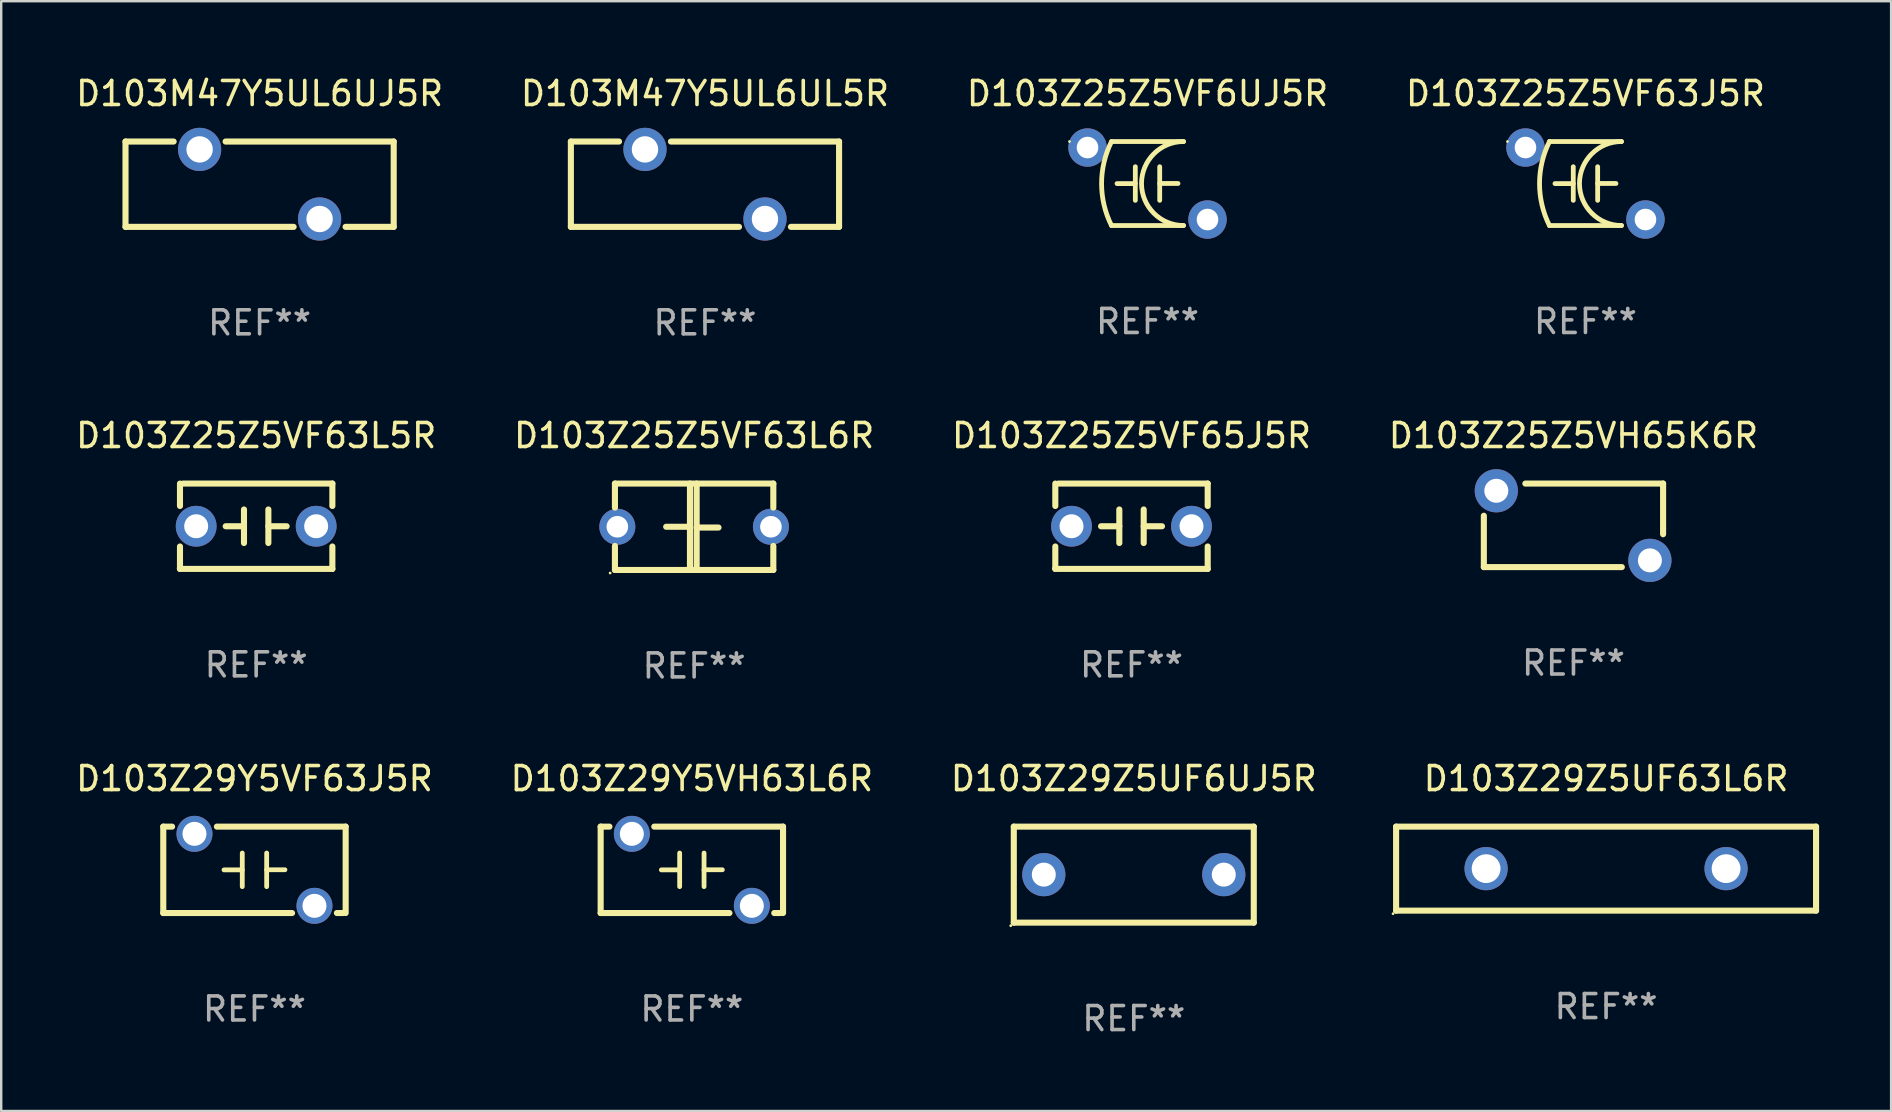
<source format=kicad_pcb>
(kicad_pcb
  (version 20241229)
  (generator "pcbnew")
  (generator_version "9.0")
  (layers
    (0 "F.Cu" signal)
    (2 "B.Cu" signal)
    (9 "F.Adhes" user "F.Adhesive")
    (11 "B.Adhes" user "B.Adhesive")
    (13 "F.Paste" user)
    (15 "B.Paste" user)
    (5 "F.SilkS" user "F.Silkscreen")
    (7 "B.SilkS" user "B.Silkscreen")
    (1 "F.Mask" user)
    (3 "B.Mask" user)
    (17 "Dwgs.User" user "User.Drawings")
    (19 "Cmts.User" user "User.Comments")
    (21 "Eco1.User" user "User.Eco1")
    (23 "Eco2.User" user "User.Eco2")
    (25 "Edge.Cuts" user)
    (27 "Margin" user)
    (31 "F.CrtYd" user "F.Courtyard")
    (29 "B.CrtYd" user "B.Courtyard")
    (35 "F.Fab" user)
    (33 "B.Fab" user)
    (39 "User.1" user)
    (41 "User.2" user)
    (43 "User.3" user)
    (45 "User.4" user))
  (footprint "D103Z25Z5VF6UJ5R"
    (layer "F.Cu")
    (at 44.768 4.598)
    (property "Reference" "D103Z25Z5VF6UJ5R" (at 0 -3.75 0) (layer "F.SilkS") (effects (font (size 1 1) (thickness 0.15))))
    (attr through_hole)
    (fp_line (start -1.5 -1.75) (end 1.5 -1.75) (stroke (width 0.2) (type solid)) (layer "F.SilkS"))
    (fp_line (start -0.508 -0.7) (end -0.508 0.7) (stroke (width 0.2) (type solid)) (layer "F.SilkS"))
    (fp_line (start -0.508 0.002) (end -1.27 0.002) (stroke (width 0.2) (type solid)) (layer "F.SilkS"))
    (fp_line (start 0.508 -0.002) (end 1.27 -0.002) (stroke (width 0.2) (type solid)) (layer "F.SilkS"))
    (fp_line (start 0.508 0.7) (end 0.508 -0.7) (stroke (width 0.2) (type solid)) (layer "F.SilkS"))
    (fp_line (start 1.5 1.75) (end -1.5 1.75) (stroke (width 0.2) (type solid)) (layer "F.SilkS"))
    (fp_arc (start -1.50127 1.750064) (mid -1.914008 -0.000109) (end -1.500127 -1.750013) (stroke (width 0.2) (type solid)) (layer "F.SilkS"))
    (fp_arc (start 1.499873 1.750013) (mid -0.249022 -0.000597) (end 1.501016 -1.750063) (stroke (width 0.2) (type solid)) (layer "F.SilkS"))
    (fp_circle (center -3.251 -1.75) (end -3.221 -1.75) (stroke (width 0.06) (type solid)) (fill no) (layer "F.SilkS"))
    (fp_text user "REF**" (at 0 5.75 0) (layer "F.Fab") (effects (font (size 1 1) (thickness 0.15))))
    (pad "1" thru_hole circle (at -2.5 -1.5) (size 1.6 1.6) (drill 0.9) (layers "*.Cu" "*.Mask"))
    (pad "2" thru_hole circle (at 2.5 1.5) (size 1.6 1.6) (drill 0.9) (layers "*.Cu" "*.Mask")))
  (footprint "D103M47Y5UL6UJ5R"
    (layer "F.Cu")
    (at 7.768 4.626)
    (property "Reference" "D103M47Y5UL6UJ5R" (at 0 -3.778 0) (layer "F.SilkS") (effects (font (size 1 1) (thickness 0.15))))
    (attr through_hole)
    (fp_line (start -5.588 -1.778) (end -3.582 -1.778) (stroke (width 0.254) (type solid)) (layer "F.SilkS"))
    (fp_line (start -5.588 1.778) (end -5.588 -1.778) (stroke (width 0.254) (type solid)) (layer "F.SilkS"))
    (fp_line (start -1.418 -1.778) (end 5.588 -1.778) (stroke (width 0.254) (type solid)) (layer "F.SilkS"))
    (fp_line (start 1.418 1.778) (end -5.588 1.778) (stroke (width 0.254) (type solid)) (layer "F.SilkS"))
    (fp_line (start 5.588 -1.778) (end 5.588 1.778) (stroke (width 0.254) (type solid)) (layer "F.SilkS"))
    (fp_line (start 5.588 1.778) (end 3.582 1.778) (stroke (width 0.254) (type solid)) (layer "F.SilkS"))
    (fp_circle (center -5.5 -1.75) (end -5.47 -1.75) (stroke (width 0.06) (type solid)) (fill no) (layer "F.SilkS"))
    (fp_text user "REF**" (at 0 5.778 0) (layer "F.Fab") (effects (font (size 1 1) (thickness 0.15))))
    (pad "1" thru_hole circle (at -2.5 -1.45) (size 1.8 1.8) (drill 1.1) (layers "*.Cu" "*.Mask"))
    (pad "2" thru_hole circle (at 2.5 1.45) (size 1.8 1.8) (drill 1.1) (layers "*.Cu" "*.Mask")))
  (footprint "D103Z29Y5VH63L6R"
    (layer "F.Cu")
    (at 25.78 33.197)
    (property "Reference" "D103Z29Y5VH63L6R" (at 0 -3.8 0) (layer "F.SilkS") (effects (font (size 1 1) (thickness 0.15))))
    (attr through_hole)
    (fp_line (start -3.8 -1.8) (end -3.8 1.8) (stroke (width 0.254) (type solid)) (layer "F.SilkS"))
    (fp_line (start -3.8 -1.8) (end -3.434 -1.8) (stroke (width 0.254) (type solid)) (layer "F.SilkS"))
    (fp_line (start -3.8 1.8) (end 1.566 1.8) (stroke (width 0.254) (type solid)) (layer "F.SilkS"))
    (fp_line (start -1.566 -1.8) (end 3.8 -1.8) (stroke (width 0.254) (type solid)) (layer "F.SilkS"))
    (fp_line (start -0.508 -0.7) (end -0.508 0.7) (stroke (width 0.2) (type solid)) (layer "F.SilkS"))
    (fp_line (start -0.508 0.002) (end -1.27 0.002) (stroke (width 0.2) (type solid)) (layer "F.SilkS"))
    (fp_line (start 0.508 -0.003) (end 1.27 -0.003) (stroke (width 0.2) (type solid)) (layer "F.SilkS"))
    (fp_line (start 0.508 0.7) (end 0.508 -0.7) (stroke (width 0.2) (type solid)) (layer "F.SilkS"))
    (fp_line (start 3.434 1.8) (end 3.683 1.8) (stroke (width 0.254) (type solid)) (layer "F.SilkS"))
    (fp_line (start 3.8 -1.8) (end 3.8 1.8) (stroke (width 0.254) (type solid)) (layer "F.SilkS"))
    (fp_circle (center -3.75 -1.8) (end -3.72 -1.8) (stroke (width 0.06) (type solid)) (fill no) (layer "F.SilkS"))
    (fp_text user "REF**" (at 0 5.8 0) (layer "F.Fab") (effects (font (size 1 1) (thickness 0.15))))
    (pad "1" thru_hole circle (at -2.5 -1.5) (size 1.5 1.5) (drill 1) (layers "*.Cu" "*.Mask"))
    (pad "2" thru_hole circle (at 2.5 1.5) (size 1.5 1.5) (drill 1) (layers "*.Cu" "*.Mask")))
  (footprint "D103Z25Z5VF63J5R"
    (layer "F.Cu")
    (at 63.018 4.598)
    (property "Reference" "D103Z25Z5VF63J5R" (at 0 -3.75 0) (layer "F.SilkS") (effects (font (size 1 1) (thickness 0.15))))
    (attr through_hole)
    (fp_line (start -1.5 -1.75) (end 1.5 -1.75) (stroke (width 0.2) (type solid)) (layer "F.SilkS"))
    (fp_line (start -0.508 -0.7) (end -0.508 0.7) (stroke (width 0.2) (type solid)) (layer "F.SilkS"))
    (fp_line (start -0.508 0.002) (end -1.27 0.002) (stroke (width 0.2) (type solid)) (layer "F.SilkS"))
    (fp_line (start 0.508 -0.002) (end 1.27 -0.002) (stroke (width 0.2) (type solid)) (layer "F.SilkS"))
    (fp_line (start 0.508 0.7) (end 0.508 -0.7) (stroke (width 0.2) (type solid)) (layer "F.SilkS"))
    (fp_line (start 1.5 1.75) (end -1.5 1.75) (stroke (width 0.2) (type solid)) (layer "F.SilkS"))
    (fp_arc (start -1.50127 1.750064) (mid -1.914008 -0.000109) (end -1.500127 -1.750013) (stroke (width 0.2) (type solid)) (layer "F.SilkS"))
    (fp_arc (start 1.499873 1.750013) (mid -0.249022 -0.000597) (end 1.501016 -1.750063) (stroke (width 0.2) (type solid)) (layer "F.SilkS"))
    (fp_circle (center -3.251 -1.75) (end -3.221 -1.75) (stroke (width 0.06) (type solid)) (fill no) (layer "F.SilkS"))
    (fp_text user "REF**" (at 0 5.75 0) (layer "F.Fab") (effects (font (size 1 1) (thickness 0.15))))
    (pad "1" thru_hole circle (at -2.5 -1.5) (size 1.6 1.6) (drill 0.9) (layers "*.Cu" "*.Mask"))
    (pad "2" thru_hole circle (at 2.5 1.5) (size 1.6 1.6) (drill 0.9) (layers "*.Cu" "*.Mask")))
  (footprint "D103Z25Z5VH65K6R"
    (layer "F.Cu")
    (at 62.518 18.841)
    (property "Reference" "D103Z25Z5VH65K6R" (at 0 -3.74 0) (layer "F.SilkS") (effects (font (size 1 1) (thickness 0.15))))
    (attr through_hole)
    (fp_line (start -3.735 1.74) (end -3.735 -0.4) (stroke (width 0.254) (type solid)) (layer "F.SilkS"))
    (fp_line (start 2.015 1.74) (end -3.735 1.74) (stroke (width 0.254) (type solid)) (layer "F.SilkS"))
    (fp_line (start 3.735 -1.74) (end -2.005 -1.74) (stroke (width 0.254) (type solid)) (layer "F.SilkS"))
    (fp_line (start 3.735 -1.74) (end 3.735 0.37) (stroke (width 0.254) (type solid)) (layer "F.SilkS"))
    (fp_circle (center -3.765 1.76) (end -3.735 1.76) (stroke (width 0.06) (type solid)) (fill no) (layer "F.SilkS"))
    (fp_text user "REF**" (at 0 5.74 0) (layer "F.Fab") (effects (font (size 1 1) (thickness 0.15))))
    (pad "1" thru_hole circle (at -3.215 -1.44) (size 1.8 1.8) (drill 1) (layers "*.Cu" "*.Mask"))
    (pad "2" thru_hole circle (at 3.185 1.46) (size 1.8 1.8) (drill 1) (layers "*.Cu" "*.Mask")))
  (footprint "D103Z29Y5VF63J5R"
    (layer "F.Cu")
    (at 7.554 33.197)
    (property "Reference" "D103Z29Y5VF63J5R" (at 0 -3.8 0) (layer "F.SilkS") (effects (font (size 1 1) (thickness 0.15))))
    (attr through_hole)
    (fp_line (start -3.8 -1.8) (end -3.8 1.8) (stroke (width 0.254) (type solid)) (layer "F.SilkS"))
    (fp_line (start -3.8 -1.8) (end -3.434 -1.8) (stroke (width 0.254) (type solid)) (layer "F.SilkS"))
    (fp_line (start -3.8 1.8) (end 1.566 1.8) (stroke (width 0.254) (type solid)) (layer "F.SilkS"))
    (fp_line (start -1.566 -1.8) (end 3.8 -1.8) (stroke (width 0.254) (type solid)) (layer "F.SilkS"))
    (fp_line (start -0.508 -0.7) (end -0.508 0.7) (stroke (width 0.2) (type solid)) (layer "F.SilkS"))
    (fp_line (start -0.508 0.002) (end -1.27 0.002) (stroke (width 0.2) (type solid)) (layer "F.SilkS"))
    (fp_line (start 0.508 -0.003) (end 1.27 -0.003) (stroke (width 0.2) (type solid)) (layer "F.SilkS"))
    (fp_line (start 0.508 0.7) (end 0.508 -0.7) (stroke (width 0.2) (type solid)) (layer "F.SilkS"))
    (fp_line (start 3.434 1.8) (end 3.683 1.8) (stroke (width 0.254) (type solid)) (layer "F.SilkS"))
    (fp_line (start 3.8 -1.8) (end 3.8 1.8) (stroke (width 0.254) (type solid)) (layer "F.SilkS"))
    (fp_circle (center -3.75 -1.8) (end -3.72 -1.8) (stroke (width 0.06) (type solid)) (fill no) (layer "F.SilkS"))
    (fp_text user "REF**" (at 0 5.8 0) (layer "F.Fab") (effects (font (size 1 1) (thickness 0.15))))
    (pad "1" thru_hole circle (at -2.5 -1.5) (size 1.5 1.5) (drill 1) (layers "*.Cu" "*.Mask"))
    (pad "2" thru_hole circle (at 2.5 1.5) (size 1.5 1.5) (drill 1) (layers "*.Cu" "*.Mask")))
  (footprint "D103Z29Z5UF63L6R"
    (layer "F.Cu")
    (at 63.877 33.147)
    (property "Reference" "D103Z29Z5UF63L6R" (at 0 -3.75 0) (layer "F.SilkS") (effects (font (size 1 1) (thickness 0.15))))
    (attr through_hole)
    (fp_line (start -8.75 -1.75) (end -8.75 1.75) (stroke (width 0.254) (type solid)) (layer "F.SilkS"))
    (fp_line (start -8.75 -1.75) (end 8.75 -1.75) (stroke (width 0.254) (type solid)) (layer "F.SilkS"))
    (fp_line (start -8.75 1.75) (end 8.75 1.75) (stroke (width 0.254) (type solid)) (layer "F.SilkS"))
    (fp_line (start 8.75 -1.75) (end 8.75 1.75) (stroke (width 0.254) (type solid)) (layer "F.SilkS"))
    (fp_circle (center -8.877 1.877) (end -8.847 1.877) (stroke (width 0.06) (type solid)) (fill no) (layer "F.SilkS"))
    (fp_text user "REF**" (at 0 5.75 0) (layer "F.Fab") (effects (font (size 1 1) (thickness 0.15))))
    (pad "1" thru_hole circle (at -5 0.000013) (size 1.8 1.8) (drill 1.2) (layers "*.Cu" "*.Mask"))
    (pad "2" thru_hole circle (at 5 0.000013) (size 1.8 1.8) (drill 1.2) (layers "*.Cu" "*.Mask")))
  (footprint "D103Z25Z5VF63L6R"
    (layer "F.Cu")
    (at 25.875 18.901)
    (property "Reference" "D103Z25Z5VF63L6R" (at 0 -3.8 0) (layer "F.SilkS") (effects (font (size 1 1) (thickness 0.15))))
    (attr through_hole)
    (fp_line (start -3.3 -1.8) (end -3.3 -0.799) (stroke (width 0.254) (type solid)) (layer "F.SilkS"))
    (fp_line (start -3.3 -1.8) (end 3.3 -1.8) (stroke (width 0.254) (type solid)) (layer "F.SilkS"))
    (fp_line (start -3.3 0.799) (end -3.3 1.8) (stroke (width 0.254) (type solid)) (layer "F.SilkS"))
    (fp_line (start -0.254 0) (end -1.165 0) (stroke (width 0.254) (type solid)) (layer "F.SilkS"))
    (fp_line (start -0.174 -1.8) (end -0.174 1.524) (stroke (width 0.254) (type solid)) (layer "F.SilkS"))
    (fp_line (start -0.174 1.524) (end -0.174 1.8) (stroke (width 0.254) (type solid)) (layer "F.SilkS"))
    (fp_line (start 0.105 -1.8) (end 0.105 1.8) (stroke (width 0.254) (type solid)) (layer "F.SilkS"))
    (fp_line (start 0.105 0.032) (end 1.016 0.032) (stroke (width 0.254) (type solid)) (layer "F.SilkS"))
    (fp_line (start 3.3 -1.8) (end 3.3 -0.799) (stroke (width 0.254) (type solid)) (layer "F.SilkS"))
    (fp_line (start 3.3 0.799) (end 3.3 1.8) (stroke (width 0.254) (type solid)) (layer "F.SilkS"))
    (fp_line (start 3.3 1.8) (end -3.3 1.8) (stroke (width 0.254) (type solid)) (layer "F.SilkS"))
    (fp_circle (center -3.5 1.927) (end -3.47 1.927) (stroke (width 0.06) (type solid)) (fill no) (layer "F.SilkS"))
    (fp_text user "REF**" (at 0 5.8 0) (layer "F.Fab") (effects (font (size 1 1) (thickness 0.15))))
    (pad "1" thru_hole circle (at -3.2 0) (size 1.5 1.5) (drill 0.9) (layers "*.Cu" "*.Mask"))
    (pad "2" thru_hole circle (at 3.2 0) (size 1.5 1.5) (drill 0.9) (layers "*.Cu" "*.Mask")))
  (footprint "D103Z29Z5UF6UJ5R"
    (layer "F.Cu")
    (at 44.196 33.397)
    (property "Reference" "D103Z29Z5UF6UJ5R" (at 0 -4 0) (layer "F.SilkS") (effects (font (size 1 1) (thickness 0.15))))
    (attr through_hole)
    (fp_line (start -5 -2) (end 5 -2) (stroke (width 0.254) (type solid)) (layer "F.SilkS"))
    (fp_line (start -5 2) (end -5 -2) (stroke (width 0.254) (type solid)) (layer "F.SilkS"))
    (fp_line (start 5 -2) (end 5 2) (stroke (width 0.254) (type solid)) (layer "F.SilkS"))
    (fp_line (start 5 2) (end -5 2) (stroke (width 0.254) (type solid)) (layer "F.SilkS"))
    (fp_circle (center -5.127 2.127) (end -5.097 2.127) (stroke (width 0.06) (type solid)) (fill no) (layer "F.SilkS"))
    (fp_text user "REF**" (at 0 6 0) (layer "F.Fab") (effects (font (size 1 1) (thickness 0.15))))
    (pad "1" thru_hole circle (at -3.75 0) (size 1.8 1.8) (drill 1) (layers "*.Cu" "*.Mask"))
    (pad "2" thru_hole circle (at 3.75 0) (size 1.8 1.8) (drill 1) (layers "*.Cu" "*.Mask")))
  (footprint "D103Z25Z5VF63L5R"
    (layer "F.Cu")
    (at 7.625 18.879)
    (property "Reference" "D103Z25Z5VF63L5R" (at 0 -3.778 0) (layer "F.SilkS") (effects (font (size 1 1) (thickness 0.15))))
    (attr through_hole)
    (fp_line (start -3.175 -1.778) (end -3.175 -0.844) (stroke (width 0.254) (type solid)) (layer "F.SilkS"))
    (fp_line (start -3.175 0.844) (end -3.175 1.778) (stroke (width 0.254) (type solid)) (layer "F.SilkS"))
    (fp_line (start -3.175 1.778) (end 3.175 1.778) (stroke (width 0.254) (type solid)) (layer "F.SilkS"))
    (fp_line (start -0.508 -0.699) (end -0.508 0.699) (stroke (width 0.254) (type solid)) (layer "F.SilkS"))
    (fp_line (start -0.508 0.001) (end -1.27 0.001) (stroke (width 0.254) (type solid)) (layer "F.SilkS"))
    (fp_line (start 0.508 0.001) (end 1.27 0.001) (stroke (width 0.254) (type solid)) (layer "F.SilkS"))
    (fp_line (start 0.508 0.699) (end 0.508 -0.699) (stroke (width 0.254) (type solid)) (layer "F.SilkS"))
    (fp_line (start 3.175 -1.778) (end -3.048 -1.778) (stroke (width 0.254) (type solid)) (layer "F.SilkS"))
    (fp_line (start 3.175 -0.844) (end 3.175 -1.778) (stroke (width 0.254) (type solid)) (layer "F.SilkS"))
    (fp_line (start 3.175 1.778) (end 3.175 0.844) (stroke (width 0.254) (type solid)) (layer "F.SilkS"))
    (fp_circle (center -3.25 1.75) (end -3.22 1.75) (stroke (width 0.06) (type solid)) (fill no) (layer "F.SilkS"))
    (fp_text user "REF**" (at 0 5.778 0) (layer "F.Fab") (effects (font (size 1 1) (thickness 0.15))))
    (pad "1" thru_hole circle (at -2.5 0) (size 1.7 1.7) (drill 1) (layers "*.Cu" "*.Mask"))
    (pad "2" thru_hole circle (at 2.5 0) (size 1.7 1.7) (drill 1) (layers "*.Cu" "*.Mask")))
  (footprint "D103Z25Z5VF65J5R"
    (layer "F.Cu")
    (at 44.101 18.879)
    (property "Reference" "D103Z25Z5VF65J5R" (at 0 -3.778 0) (layer "F.SilkS") (effects (font (size 1 1) (thickness 0.15))))
    (attr through_hole)
    (fp_line (start -3.175 -1.778) (end -3.175 -0.844) (stroke (width 0.254) (type solid)) (layer "F.SilkS"))
    (fp_line (start -3.175 0.844) (end -3.175 1.778) (stroke (width 0.254) (type solid)) (layer "F.SilkS"))
    (fp_line (start -3.175 1.778) (end 3.175 1.778) (stroke (width 0.254) (type solid)) (layer "F.SilkS"))
    (fp_line (start -0.508 -0.699) (end -0.508 0.699) (stroke (width 0.254) (type solid)) (layer "F.SilkS"))
    (fp_line (start -0.508 0.001) (end -1.27 0.001) (stroke (width 0.254) (type solid)) (layer "F.SilkS"))
    (fp_line (start 0.508 0.001) (end 1.27 0.001) (stroke (width 0.254) (type solid)) (layer "F.SilkS"))
    (fp_line (start 0.508 0.699) (end 0.508 -0.699) (stroke (width 0.254) (type solid)) (layer "F.SilkS"))
    (fp_line (start 3.175 -1.778) (end -3.048 -1.778) (stroke (width 0.254) (type solid)) (layer "F.SilkS"))
    (fp_line (start 3.175 -0.844) (end 3.175 -1.778) (stroke (width 0.254) (type solid)) (layer "F.SilkS"))
    (fp_line (start 3.175 1.778) (end 3.175 0.844) (stroke (width 0.254) (type solid)) (layer "F.SilkS"))
    (fp_circle (center -3.25 1.75) (end -3.22 1.75) (stroke (width 0.06) (type solid)) (fill no) (layer "F.SilkS"))
    (fp_text user "REF**" (at 0 5.778 0) (layer "F.Fab") (effects (font (size 1 1) (thickness 0.15))))
    (pad "1" thru_hole circle (at -2.5 0) (size 1.7 1.7) (drill 1) (layers "*.Cu" "*.Mask"))
    (pad "2" thru_hole circle (at 2.5 0) (size 1.7 1.7) (drill 1) (layers "*.Cu" "*.Mask")))
  (footprint "D103M47Y5UL6UL5R"
    (layer "F.Cu")
    (at 26.327 4.626)
    (property "Reference" "D103M47Y5UL6UL5R" (at 0 -3.778 0) (layer "F.SilkS") (effects (font (size 1 1) (thickness 0.15))))
    (attr through_hole)
    (fp_line (start -5.588 -1.778) (end -3.582 -1.778) (stroke (width 0.254) (type solid)) (layer "F.SilkS"))
    (fp_line (start -5.588 1.778) (end -5.588 -1.778) (stroke (width 0.254) (type solid)) (layer "F.SilkS"))
    (fp_line (start -1.418 -1.778) (end 5.588 -1.778) (stroke (width 0.254) (type solid)) (layer "F.SilkS"))
    (fp_line (start 1.418 1.778) (end -5.588 1.778) (stroke (width 0.254) (type solid)) (layer "F.SilkS"))
    (fp_line (start 5.588 -1.778) (end 5.588 1.778) (stroke (width 0.254) (type solid)) (layer "F.SilkS"))
    (fp_line (start 5.588 1.778) (end 3.582 1.778) (stroke (width 0.254) (type solid)) (layer "F.SilkS"))
    (fp_circle (center -5.5 -1.75) (end -5.47 -1.75) (stroke (width 0.06) (type solid)) (fill no) (layer "F.SilkS"))
    (fp_text user "REF**" (at 0 5.778 0) (layer "F.Fab") (effects (font (size 1 1) (thickness 0.15))))
    (pad "1" thru_hole circle (at -2.5 -1.45) (size 1.8 1.8) (drill 1.1) (layers "*.Cu" "*.Mask"))
    (pad "2" thru_hole circle (at 2.5 1.45) (size 1.8 1.8) (drill 1.1) (layers "*.Cu" "*.Mask")))
  (gr_rect
    (start -3 -3)
    (end 75.754 43.246)
    (stroke (width 0.1) (type default))
    (fill no)
    (layer "Edge.Cuts")))
</source>
